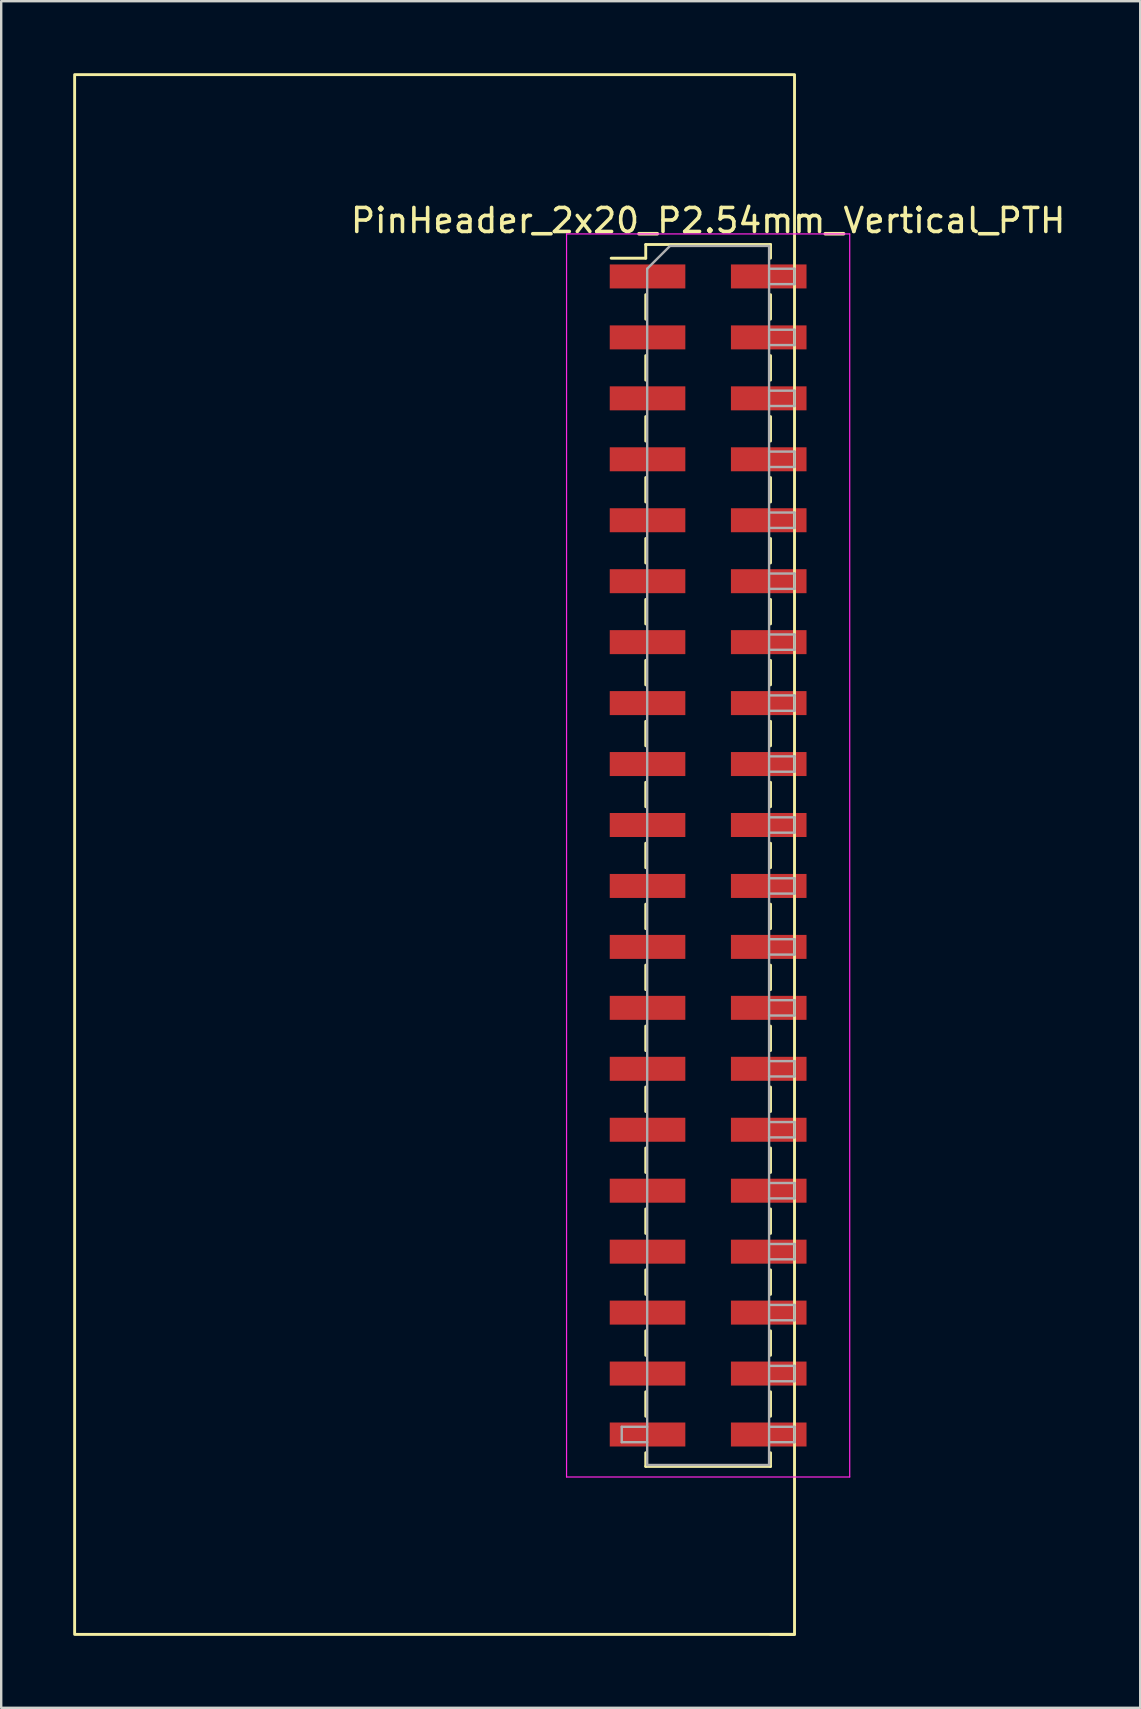
<source format=kicad_pcb>
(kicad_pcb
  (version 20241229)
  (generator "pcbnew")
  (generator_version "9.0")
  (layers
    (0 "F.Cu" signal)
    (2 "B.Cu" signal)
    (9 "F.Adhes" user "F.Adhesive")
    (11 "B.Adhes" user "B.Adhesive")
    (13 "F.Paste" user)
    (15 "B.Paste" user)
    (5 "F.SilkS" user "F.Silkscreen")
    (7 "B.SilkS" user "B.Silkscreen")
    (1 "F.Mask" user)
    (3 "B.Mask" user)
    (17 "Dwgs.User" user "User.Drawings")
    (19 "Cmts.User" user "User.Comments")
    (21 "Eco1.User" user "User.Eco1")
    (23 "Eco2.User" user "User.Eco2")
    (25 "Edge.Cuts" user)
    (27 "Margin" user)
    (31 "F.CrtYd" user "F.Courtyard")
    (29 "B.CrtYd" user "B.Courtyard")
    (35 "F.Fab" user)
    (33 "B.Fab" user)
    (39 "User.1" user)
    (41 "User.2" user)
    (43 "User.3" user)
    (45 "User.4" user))
  (footprint "PinHeader_2x20_P2.54mm_Vertical_PTH"
    (layer "F.Cu")
    (at 26.46 32.6)
    (property "Reference" "PinHeader_2x20_P2.54mm_Vertical_PTH" (at 0 -26.46 0) (layer "F.SilkS") (effects (font (size 1 1) (thickness 0.15))))
    (attr smd)
    (fp_line (start -4.04 -24.89) (end -2.6 -24.89) (stroke (width 0.12) (type solid)) (layer "F.SilkS"))
    (fp_line (start -2.6 -25.46) (end -2.6 -24.89) (stroke (width 0.12) (type solid)) (layer "F.SilkS"))
    (fp_line (start -2.6 -25.46) (end 2.6 -25.46) (stroke (width 0.12) (type solid)) (layer "F.SilkS"))
    (fp_line (start -2.6 -23.37) (end -2.6 -22.35) (stroke (width 0.12) (type solid)) (layer "F.SilkS"))
    (fp_line (start -2.6 -20.83) (end -2.6 -19.81) (stroke (width 0.12) (type solid)) (layer "F.SilkS"))
    (fp_line (start -2.6 -18.29) (end -2.6 -17.27) (stroke (width 0.12) (type solid)) (layer "F.SilkS"))
    (fp_line (start -2.6 -15.75) (end -2.6 -14.73) (stroke (width 0.12) (type solid)) (layer "F.SilkS"))
    (fp_line (start -2.6 -13.21) (end -2.6 -12.19) (stroke (width 0.12) (type solid)) (layer "F.SilkS"))
    (fp_line (start -2.6 -10.67) (end -2.6 -9.65) (stroke (width 0.12) (type solid)) (layer "F.SilkS"))
    (fp_line (start -2.6 -8.13) (end -2.6 -7.11) (stroke (width 0.12) (type solid)) (layer "F.SilkS"))
    (fp_line (start -2.6 -5.59) (end -2.6 -4.57) (stroke (width 0.12) (type solid)) (layer "F.SilkS"))
    (fp_line (start -2.6 -3.05) (end -2.6 -2.03) (stroke (width 0.12) (type solid)) (layer "F.SilkS"))
    (fp_line (start -2.6 -0.51) (end -2.6 0.51) (stroke (width 0.12) (type solid)) (layer "F.SilkS"))
    (fp_line (start -2.6 2.03) (end -2.6 3.05) (stroke (width 0.12) (type solid)) (layer "F.SilkS"))
    (fp_line (start -2.6 4.57) (end -2.6 5.59) (stroke (width 0.12) (type solid)) (layer "F.SilkS"))
    (fp_line (start -2.6 7.11) (end -2.6 8.13) (stroke (width 0.12) (type solid)) (layer "F.SilkS"))
    (fp_line (start -2.6 9.65) (end -2.6 10.67) (stroke (width 0.12) (type solid)) (layer "F.SilkS"))
    (fp_line (start -2.6 12.19) (end -2.6 13.21) (stroke (width 0.12) (type solid)) (layer "F.SilkS"))
    (fp_line (start -2.6 14.73) (end -2.6 15.75) (stroke (width 0.12) (type solid)) (layer "F.SilkS"))
    (fp_line (start -2.6 17.27) (end -2.6 18.29) (stroke (width 0.12) (type solid)) (layer "F.SilkS"))
    (fp_line (start -2.6 19.81) (end -2.6 20.83) (stroke (width 0.12) (type solid)) (layer "F.SilkS"))
    (fp_line (start -2.6 22.35) (end -2.6 23.37) (stroke (width 0.12) (type solid)) (layer "F.SilkS"))
    (fp_line (start -2.6 24.89) (end -2.6 25.46) (stroke (width 0.12) (type solid)) (layer "F.SilkS"))
    (fp_line (start -2.6 25.46) (end 2.6 25.46) (stroke (width 0.12) (type solid)) (layer "F.SilkS"))
    (fp_line (start 2.6 -25.46) (end 2.6 -24.89) (stroke (width 0.12) (type solid)) (layer "F.SilkS"))
    (fp_line (start 2.6 -23.37) (end 2.6 -22.35) (stroke (width 0.12) (type solid)) (layer "F.SilkS"))
    (fp_line (start 2.6 -20.83) (end 2.6 -19.81) (stroke (width 0.12) (type solid)) (layer "F.SilkS"))
    (fp_line (start 2.6 -18.29) (end 2.6 -17.27) (stroke (width 0.12) (type solid)) (layer "F.SilkS"))
    (fp_line (start 2.6 -15.75) (end 2.6 -14.73) (stroke (width 0.12) (type solid)) (layer "F.SilkS"))
    (fp_line (start 2.6 -13.21) (end 2.6 -12.19) (stroke (width 0.12) (type solid)) (layer "F.SilkS"))
    (fp_line (start 2.6 -10.67) (end 2.6 -9.65) (stroke (width 0.12) (type solid)) (layer "F.SilkS"))
    (fp_line (start 2.6 -8.13) (end 2.6 -7.11) (stroke (width 0.12) (type solid)) (layer "F.SilkS"))
    (fp_line (start 2.6 -5.59) (end 2.6 -4.57) (stroke (width 0.12) (type solid)) (layer "F.SilkS"))
    (fp_line (start 2.6 -3.05) (end 2.6 -2.03) (stroke (width 0.12) (type solid)) (layer "F.SilkS"))
    (fp_line (start 2.6 -0.51) (end 2.6 0.51) (stroke (width 0.12) (type solid)) (layer "F.SilkS"))
    (fp_line (start 2.6 2.03) (end 2.6 3.05) (stroke (width 0.12) (type solid)) (layer "F.SilkS"))
    (fp_line (start 2.6 4.57) (end 2.6 5.59) (stroke (width 0.12) (type solid)) (layer "F.SilkS"))
    (fp_line (start 2.6 7.11) (end 2.6 8.13) (stroke (width 0.12) (type solid)) (layer "F.SilkS"))
    (fp_line (start 2.6 9.65) (end 2.6 10.67) (stroke (width 0.12) (type solid)) (layer "F.SilkS"))
    (fp_line (start 2.6 12.19) (end 2.6 13.21) (stroke (width 0.12) (type solid)) (layer "F.SilkS"))
    (fp_line (start 2.6 14.73) (end 2.6 15.75) (stroke (width 0.12) (type solid)) (layer "F.SilkS"))
    (fp_line (start 2.6 17.27) (end 2.6 18.29) (stroke (width 0.12) (type solid)) (layer "F.SilkS"))
    (fp_line (start 2.6 19.81) (end 2.6 20.83) (stroke (width 0.12) (type solid)) (layer "F.SilkS"))
    (fp_line (start 2.6 22.35) (end 2.6 23.37) (stroke (width 0.12) (type solid)) (layer "F.SilkS"))
    (fp_line (start 2.6 24.89) (end 2.6 25.46) (stroke (width 0.12) (type solid)) (layer "F.SilkS"))
    (fp_line (start 2.6 32.46) (end 3.6 32.46) (stroke (width 0.12) (type solid)) (layer "F.SilkS"))
    (fp_rect (start 3.6 32.46) (end -26.4 -32.54) (stroke (width 0.12) (type solid)) (fill no) (layer "F.SilkS"))
    (fp_line (start -5.9 -25.9) (end -5.9 25.9) (stroke (width 0.05) (type solid)) (layer "F.CrtYd"))
    (fp_line (start -5.9 25.9) (end 5.9 25.9) (stroke (width 0.05) (type solid)) (layer "F.CrtYd"))
    (fp_line (start 5.9 -25.9) (end -5.9 -25.9) (stroke (width 0.05) (type solid)) (layer "F.CrtYd"))
    (fp_line (start 5.9 25.9) (end 5.9 -25.9) (stroke (width 0.05) (type solid)) (layer "F.CrtYd"))
    (fp_line (start -3.6 23.81) (end -3.6 24.45) (stroke (width 0.1) (type solid)) (layer "F.Fab"))
    (fp_line (start -3.6 24.45) (end -2.54 24.45) (stroke (width 0.1) (type solid)) (layer "F.Fab"))
    (fp_line (start -2.54 -24.45) (end -1.59 -25.4) (stroke (width 0.1) (type solid)) (layer "F.Fab"))
    (fp_line (start -2.54 23.81) (end -3.6 23.81) (stroke (width 0.1) (type solid)) (layer "F.Fab"))
    (fp_line (start -2.54 25.4) (end -2.54 -24.45) (stroke (width 0.1) (type solid)) (layer "F.Fab"))
    (fp_line (start -1.59 -25.4) (end 2.54 -25.4) (stroke (width 0.1) (type solid)) (layer "F.Fab"))
    (fp_line (start 2.54 -25.4) (end 2.54 25.4) (stroke (width 0.1) (type solid)) (layer "F.Fab"))
    (fp_line (start 2.54 -24.45) (end 3.6 -24.45) (stroke (width 0.1) (type solid)) (layer "F.Fab"))
    (fp_line (start 2.54 -21.91) (end 3.6 -21.91) (stroke (width 0.1) (type solid)) (layer "F.Fab"))
    (fp_line (start 2.54 -19.37) (end 3.6 -19.37) (stroke (width 0.1) (type solid)) (layer "F.Fab"))
    (fp_line (start 2.54 -16.83) (end 3.6 -16.83) (stroke (width 0.1) (type solid)) (layer "F.Fab"))
    (fp_line (start 2.54 -14.29) (end 3.6 -14.29) (stroke (width 0.1) (type solid)) (layer "F.Fab"))
    (fp_line (start 2.54 -11.75) (end 3.6 -11.75) (stroke (width 0.1) (type solid)) (layer "F.Fab"))
    (fp_line (start 2.54 -9.21) (end 3.6 -9.21) (stroke (width 0.1) (type solid)) (layer "F.Fab"))
    (fp_line (start 2.54 -6.67) (end 3.6 -6.67) (stroke (width 0.1) (type solid)) (layer "F.Fab"))
    (fp_line (start 2.54 -4.13) (end 3.6 -4.13) (stroke (width 0.1) (type solid)) (layer "F.Fab"))
    (fp_line (start 2.54 -1.59) (end 3.6 -1.59) (stroke (width 0.1) (type solid)) (layer "F.Fab"))
    (fp_line (start 2.54 0.95) (end 3.6 0.95) (stroke (width 0.1) (type solid)) (layer "F.Fab"))
    (fp_line (start 2.54 3.49) (end 3.6 3.49) (stroke (width 0.1) (type solid)) (layer "F.Fab"))
    (fp_line (start 2.54 6.03) (end 3.6 6.03) (stroke (width 0.1) (type solid)) (layer "F.Fab"))
    (fp_line (start 2.54 8.57) (end 3.6 8.57) (stroke (width 0.1) (type solid)) (layer "F.Fab"))
    (fp_line (start 2.54 11.11) (end 3.6 11.11) (stroke (width 0.1) (type solid)) (layer "F.Fab"))
    (fp_line (start 2.54 13.65) (end 3.6 13.65) (stroke (width 0.1) (type solid)) (layer "F.Fab"))
    (fp_line (start 2.54 16.19) (end 3.6 16.19) (stroke (width 0.1) (type solid)) (layer "F.Fab"))
    (fp_line (start 2.54 18.73) (end 3.6 18.73) (stroke (width 0.1) (type solid)) (layer "F.Fab"))
    (fp_line (start 2.54 21.27) (end 3.6 21.27) (stroke (width 0.1) (type solid)) (layer "F.Fab"))
    (fp_line (start 2.54 23.81) (end 3.6 23.81) (stroke (width 0.1) (type solid)) (layer "F.Fab"))
    (fp_line (start 2.54 25.4) (end -2.54 25.4) (stroke (width 0.1) (type solid)) (layer "F.Fab"))
    (fp_line (start 3.6 -24.45) (end 3.6 -23.81) (stroke (width 0.1) (type solid)) (layer "F.Fab"))
    (fp_line (start 3.6 -23.81) (end 2.54 -23.81) (stroke (width 0.1) (type solid)) (layer "F.Fab"))
    (fp_line (start 3.6 -21.91) (end 3.6 -21.27) (stroke (width 0.1) (type solid)) (layer "F.Fab"))
    (fp_line (start 3.6 -21.27) (end 2.54 -21.27) (stroke (width 0.1) (type solid)) (layer "F.Fab"))
    (fp_line (start 3.6 -19.37) (end 3.6 -18.73) (stroke (width 0.1) (type solid)) (layer "F.Fab"))
    (fp_line (start 3.6 -18.73) (end 2.54 -18.73) (stroke (width 0.1) (type solid)) (layer "F.Fab"))
    (fp_line (start 3.6 -16.83) (end 3.6 -16.19) (stroke (width 0.1) (type solid)) (layer "F.Fab"))
    (fp_line (start 3.6 -16.19) (end 2.54 -16.19) (stroke (width 0.1) (type solid)) (layer "F.Fab"))
    (fp_line (start 3.6 -14.29) (end 3.6 -13.65) (stroke (width 0.1) (type solid)) (layer "F.Fab"))
    (fp_line (start 3.6 -13.65) (end 2.54 -13.65) (stroke (width 0.1) (type solid)) (layer "F.Fab"))
    (fp_line (start 3.6 -11.75) (end 3.6 -11.11) (stroke (width 0.1) (type solid)) (layer "F.Fab"))
    (fp_line (start 3.6 -11.11) (end 2.54 -11.11) (stroke (width 0.1) (type solid)) (layer "F.Fab"))
    (fp_line (start 3.6 -9.21) (end 3.6 -8.57) (stroke (width 0.1) (type solid)) (layer "F.Fab"))
    (fp_line (start 3.6 -8.57) (end 2.54 -8.57) (stroke (width 0.1) (type solid)) (layer "F.Fab"))
    (fp_line (start 3.6 -6.67) (end 3.6 -6.03) (stroke (width 0.1) (type solid)) (layer "F.Fab"))
    (fp_line (start 3.6 -6.03) (end 2.54 -6.03) (stroke (width 0.1) (type solid)) (layer "F.Fab"))
    (fp_line (start 3.6 -4.13) (end 3.6 -3.49) (stroke (width 0.1) (type solid)) (layer "F.Fab"))
    (fp_line (start 3.6 -3.49) (end 2.54 -3.49) (stroke (width 0.1) (type solid)) (layer "F.Fab"))
    (fp_line (start 3.6 -1.59) (end 3.6 -0.95) (stroke (width 0.1) (type solid)) (layer "F.Fab"))
    (fp_line (start 3.6 -0.95) (end 2.54 -0.95) (stroke (width 0.1) (type solid)) (layer "F.Fab"))
    (fp_line (start 3.6 0.95) (end 3.6 1.59) (stroke (width 0.1) (type solid)) (layer "F.Fab"))
    (fp_line (start 3.6 1.59) (end 2.54 1.59) (stroke (width 0.1) (type solid)) (layer "F.Fab"))
    (fp_line (start 3.6 3.49) (end 3.6 4.13) (stroke (width 0.1) (type solid)) (layer "F.Fab"))
    (fp_line (start 3.6 4.13) (end 2.54 4.13) (stroke (width 0.1) (type solid)) (layer "F.Fab"))
    (fp_line (start 3.6 6.03) (end 3.6 6.67) (stroke (width 0.1) (type solid)) (layer "F.Fab"))
    (fp_line (start 3.6 6.67) (end 2.54 6.67) (stroke (width 0.1) (type solid)) (layer "F.Fab"))
    (fp_line (start 3.6 8.57) (end 3.6 9.21) (stroke (width 0.1) (type solid)) (layer "F.Fab"))
    (fp_line (start 3.6 9.21) (end 2.54 9.21) (stroke (width 0.1) (type solid)) (layer "F.Fab"))
    (fp_line (start 3.6 11.11) (end 3.6 11.75) (stroke (width 0.1) (type solid)) (layer "F.Fab"))
    (fp_line (start 3.6 11.75) (end 2.54 11.75) (stroke (width 0.1) (type solid)) (layer "F.Fab"))
    (fp_line (start 3.6 13.65) (end 3.6 14.29) (stroke (width 0.1) (type solid)) (layer "F.Fab"))
    (fp_line (start 3.6 14.29) (end 2.54 14.29) (stroke (width 0.1) (type solid)) (layer "F.Fab"))
    (fp_line (start 3.6 16.19) (end 3.6 16.83) (stroke (width 0.1) (type solid)) (layer "F.Fab"))
    (fp_line (start 3.6 16.83) (end 2.54 16.83) (stroke (width 0.1) (type solid)) (layer "F.Fab"))
    (fp_line (start 3.6 18.73) (end 3.6 19.37) (stroke (width 0.1) (type solid)) (layer "F.Fab"))
    (fp_line (start 3.6 19.37) (end 2.54 19.37) (stroke (width 0.1) (type solid)) (layer "F.Fab"))
    (fp_line (start 3.6 21.27) (end 3.6 21.91) (stroke (width 0.1) (type solid)) (layer "F.Fab"))
    (fp_line (start 3.6 21.91) (end 2.54 21.91) (stroke (width 0.1) (type solid)) (layer "F.Fab"))
    (fp_line (start 3.6 23.81) (end 3.6 24.45) (stroke (width 0.1) (type solid)) (layer "F.Fab"))
    (fp_line (start 3.6 24.45) (end 2.54 24.45) (stroke (width 0.1) (type solid)) (layer "F.Fab"))
    (pad "1" smd rect (at -2.525 24.13) (size 3.15 1) (layers "F.Cu" "F.Mask" "F.Paste"))
    (pad "2" smd rect (at 2.525 24.13) (size 3.15 1) (layers "F.Cu" "F.Mask" "F.Paste"))
    (pad "3" smd rect (at -2.525 21.59 180) (size 3.15 1) (layers "F.Cu" "F.Mask" "F.Paste"))
    (pad "4" smd rect (at 2.525 21.59 180) (size 3.15 1) (layers "F.Cu" "F.Mask" "F.Paste"))
    (pad "5" smd rect (at -2.525 19.05 180) (size 3.15 1) (layers "F.Cu" "F.Mask" "F.Paste"))
    (pad "6" smd rect (at 2.525 19.05 180) (size 3.15 1) (layers "F.Cu" "F.Mask" "F.Paste"))
    (pad "7" smd rect (at -2.525 16.51 180) (size 3.15 1) (layers "F.Cu" "F.Mask" "F.Paste"))
    (pad "8" smd rect (at 2.525 16.51 180) (size 3.15 1) (layers "F.Cu" "F.Mask" "F.Paste"))
    (pad "9" smd rect (at -2.525 13.97 180) (size 3.15 1) (layers "F.Cu" "F.Mask" "F.Paste"))
    (pad "10" smd rect (at 2.525 13.97 180) (size 3.15 1) (layers "F.Cu" "F.Mask" "F.Paste"))
    (pad "11" smd rect (at -2.525 11.43 180) (size 3.15 1) (layers "F.Cu" "F.Mask" "F.Paste"))
    (pad "12" smd rect (at 2.525 11.43 180) (size 3.15 1) (layers "F.Cu" "F.Mask" "F.Paste"))
    (pad "13" smd rect (at -2.525 8.89 180) (size 3.15 1) (layers "F.Cu" "F.Mask" "F.Paste"))
    (pad "14" smd rect (at 2.525 8.89 180) (size 3.15 1) (layers "F.Cu" "F.Mask" "F.Paste"))
    (pad "15" smd rect (at -2.525 6.35 180) (size 3.15 1) (layers "F.Cu" "F.Mask" "F.Paste"))
    (pad "16" smd rect (at 2.525 6.35 180) (size 3.15 1) (layers "F.Cu" "F.Mask" "F.Paste"))
    (pad "17" smd rect (at -2.525 3.81 180) (size 3.15 1) (layers "F.Cu" "F.Mask" "F.Paste"))
    (pad "18" smd rect (at 2.525 3.81 180) (size 3.15 1) (layers "F.Cu" "F.Mask" "F.Paste"))
    (pad "19" smd rect (at -2.525 1.27 180) (size 3.15 1) (layers "F.Cu" "F.Mask" "F.Paste"))
    (pad "20" smd rect (at 2.525 1.27 180) (size 3.15 1) (layers "F.Cu" "F.Mask" "F.Paste"))
    (pad "21" smd rect (at -2.525 -1.27 180) (size 3.15 1) (layers "F.Cu" "F.Mask" "F.Paste"))
    (pad "22" smd rect (at 2.525 -1.27 180) (size 3.15 1) (layers "F.Cu" "F.Mask" "F.Paste"))
    (pad "23" smd rect (at -2.525 -3.81 180) (size 3.15 1) (layers "F.Cu" "F.Mask" "F.Paste"))
    (pad "24" smd rect (at 2.525 -3.81 180) (size 3.15 1) (layers "F.Cu" "F.Mask" "F.Paste"))
    (pad "25" smd rect (at -2.525 -6.35 180) (size 3.15 1) (layers "F.Cu" "F.Mask" "F.Paste"))
    (pad "26" smd rect (at 2.525 -6.35 180) (size 3.15 1) (layers "F.Cu" "F.Mask" "F.Paste"))
    (pad "27" smd rect (at -2.525 -8.89 180) (size 3.15 1) (layers "F.Cu" "F.Mask" "F.Paste"))
    (pad "28" smd rect (at 2.525 -8.89 180) (size 3.15 1) (layers "F.Cu" "F.Mask" "F.Paste"))
    (pad "29" smd rect (at -2.525 -11.43 180) (size 3.15 1) (layers "F.Cu" "F.Mask" "F.Paste"))
    (pad "30" smd rect (at 2.525 -11.43 180) (size 3.15 1) (layers "F.Cu" "F.Mask" "F.Paste"))
    (pad "31" smd rect (at -2.525 -13.97 180) (size 3.15 1) (layers "F.Cu" "F.Mask" "F.Paste"))
    (pad "32" smd rect (at 2.525 -13.97 180) (size 3.15 1) (layers "F.Cu" "F.Mask" "F.Paste"))
    (pad "33" smd rect (at -2.525 -16.51 180) (size 3.15 1) (layers "F.Cu" "F.Mask" "F.Paste"))
    (pad "34" smd rect (at 2.525 -16.51 180) (size 3.15 1) (layers "F.Cu" "F.Mask" "F.Paste"))
    (pad "35" smd rect (at -2.525 -19.05 180) (size 3.15 1) (layers "F.Cu" "F.Mask" "F.Paste"))
    (pad "36" smd rect (at 2.525 -19.05 180) (size 3.15 1) (layers "F.Cu" "F.Mask" "F.Paste"))
    (pad "37" smd rect (at -2.525 -21.59 180) (size 3.15 1) (layers "F.Cu" "F.Mask" "F.Paste"))
    (pad "38" smd rect (at 2.525 -21.59 180) (size 3.15 1) (layers "F.Cu" "F.Mask" "F.Paste"))
    (pad "39" smd rect (at -2.525 -24.13 180) (size 3.15 1) (layers "F.Cu" "F.Mask" "F.Paste"))
    (pad "40" smd rect (at 2.525 -24.13 180) (size 3.15 1) (layers "F.Cu" "F.Mask" "F.Paste")))
  (gr_rect
    (start -3 -3)
    (end 44.466 68.12)
    (stroke (width 0.1) (type default))
    (fill no)
    (layer "Edge.Cuts")))
</source>
